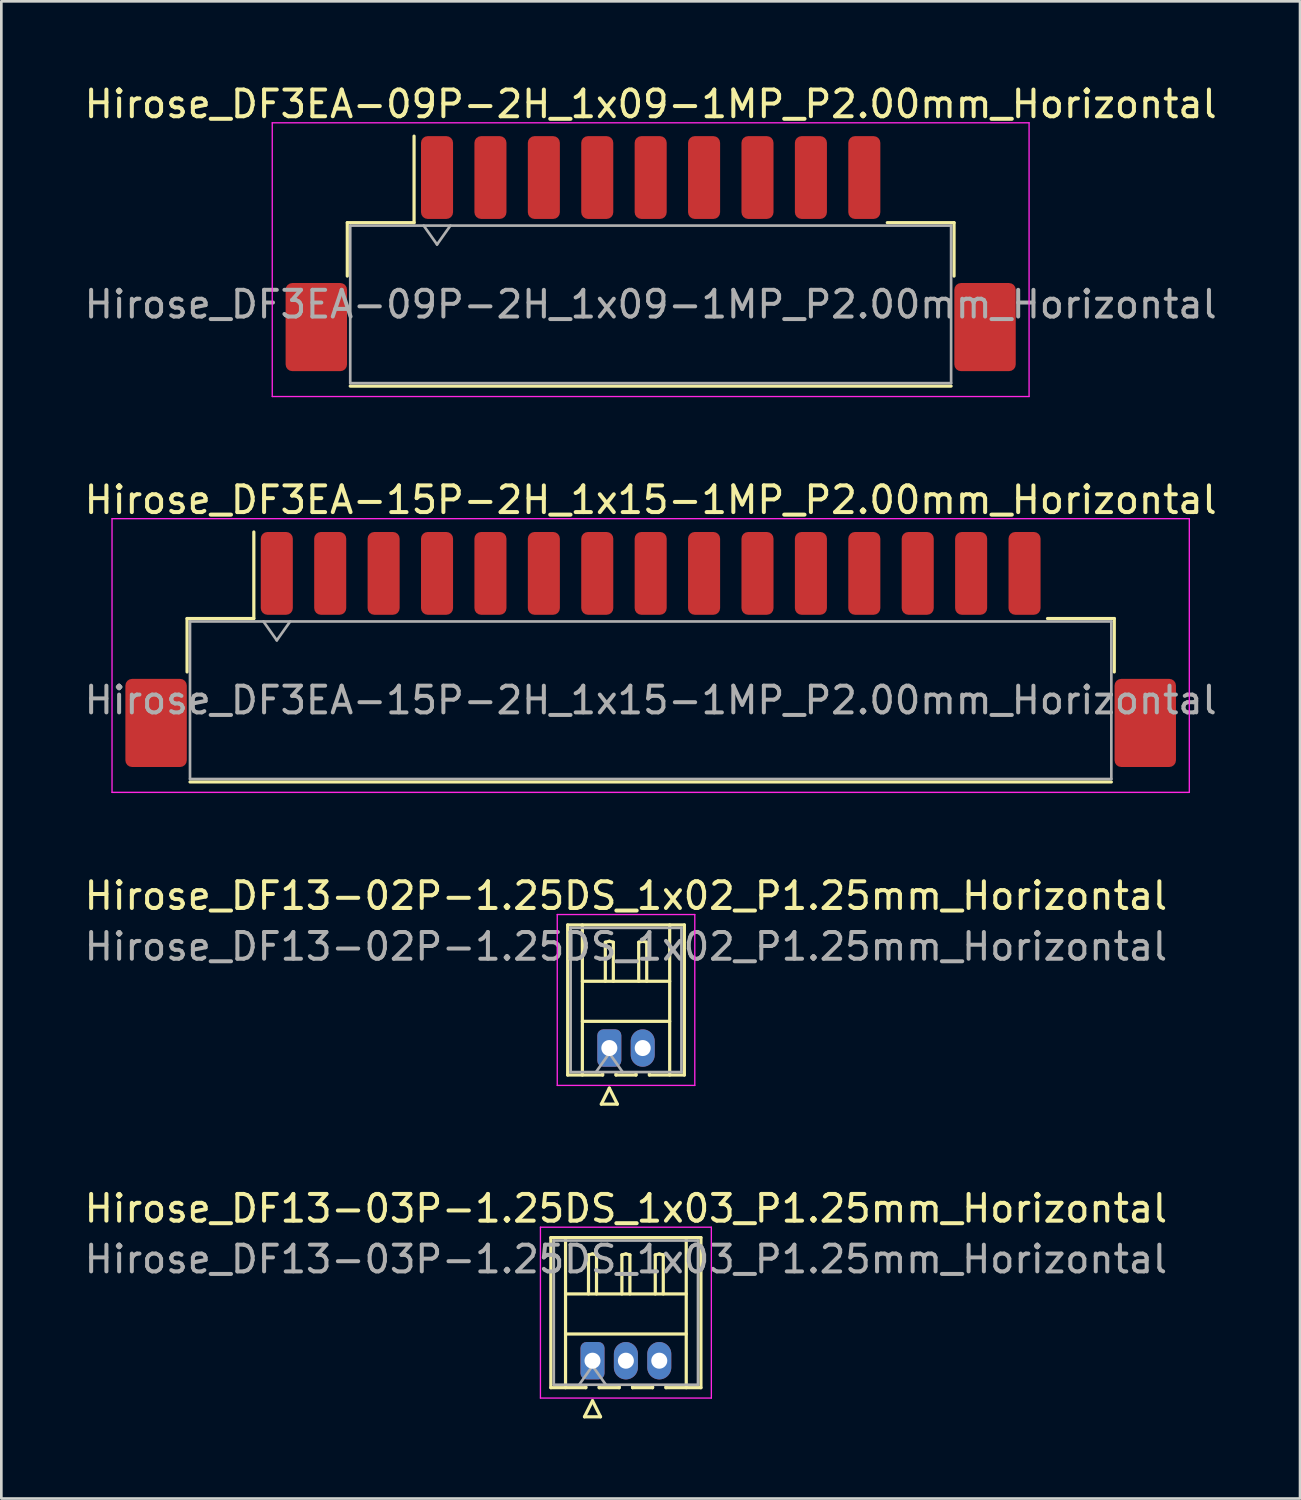
<source format=kicad_pcb>
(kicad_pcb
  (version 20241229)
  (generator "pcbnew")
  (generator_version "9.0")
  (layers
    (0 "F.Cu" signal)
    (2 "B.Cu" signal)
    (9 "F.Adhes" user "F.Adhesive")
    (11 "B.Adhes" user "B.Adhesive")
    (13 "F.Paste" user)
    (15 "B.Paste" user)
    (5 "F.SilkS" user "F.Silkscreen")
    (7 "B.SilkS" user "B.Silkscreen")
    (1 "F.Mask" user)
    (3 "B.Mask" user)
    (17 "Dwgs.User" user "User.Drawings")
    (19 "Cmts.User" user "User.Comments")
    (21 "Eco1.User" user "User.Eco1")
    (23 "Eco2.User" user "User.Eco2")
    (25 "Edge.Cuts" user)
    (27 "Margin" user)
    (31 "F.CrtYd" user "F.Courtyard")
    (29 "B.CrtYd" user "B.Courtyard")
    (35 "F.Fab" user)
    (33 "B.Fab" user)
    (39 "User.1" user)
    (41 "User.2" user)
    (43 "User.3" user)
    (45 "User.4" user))
  (footprint "Hirose_DF3EA-09P-2H_1x09-1MP_P2.00mm_Horizontal"
    (layer "F.Cu")
    (at 21.315 6.448)
    (property "Reference" "Hirose_DF3EA-09P-2H_1x09-1MP_P2.00mm_Horizontal" (at 0 -5.6 0) (layer "F.SilkS") (effects (font (size 1 1) (thickness 0.15))))
    (attr smd)
    (fp_line (start -11.36 -1.16) (end -8.86 -1.16) (stroke (width 0.12) (type solid)) (layer "F.SilkS"))
    (fp_line (start -11.36 0.84) (end -11.36 -1.16) (stroke (width 0.12) (type solid)) (layer "F.SilkS"))
    (fp_line (start -11.25 4.96) (end 11.25 4.96) (stroke (width 0.12) (type solid)) (layer "F.SilkS"))
    (fp_line (start -8.86 -1.16) (end -8.86 -4.4) (stroke (width 0.12) (type solid)) (layer "F.SilkS"))
    (fp_line (start 11.36 -1.16) (end 8.86 -1.16) (stroke (width 0.12) (type solid)) (layer "F.SilkS"))
    (fp_line (start 11.36 0.84) (end 11.36 -1.16) (stroke (width 0.12) (type solid)) (layer "F.SilkS"))
    (fp_line (start -14.17 -4.9) (end -14.17 5.35) (stroke (width 0.05) (type solid)) (layer "F.CrtYd"))
    (fp_line (start -14.17 5.35) (end 14.17 5.35) (stroke (width 0.05) (type solid)) (layer "F.CrtYd"))
    (fp_line (start 14.17 -4.9) (end -14.17 -4.9) (stroke (width 0.05) (type solid)) (layer "F.CrtYd"))
    (fp_line (start 14.17 5.35) (end 14.17 -4.9) (stroke (width 0.05) (type solid)) (layer "F.CrtYd"))
    (fp_line (start -11.25 -1.05) (end -11.25 4.85) (stroke (width 0.1) (type solid)) (layer "F.Fab"))
    (fp_line (start -11.25 -1.05) (end 11.25 -1.05) (stroke (width 0.1) (type solid)) (layer "F.Fab"))
    (fp_line (start -11.25 4.85) (end 11.25 4.85) (stroke (width 0.1) (type solid)) (layer "F.Fab"))
    (fp_line (start -8.5 -1.05) (end -8 -0.343) (stroke (width 0.1) (type solid)) (layer "F.Fab"))
    (fp_line (start -8 -0.343) (end -7.5 -1.05) (stroke (width 0.1) (type solid)) (layer "F.Fab"))
    (fp_line (start 11.25 -1.05) (end 11.25 4.85) (stroke (width 0.1) (type solid)) (layer "F.Fab"))
    (fp_text user "${REFERENCE}" (at 0 1.9 0) (layer "F.Fab") (effects (font (size 1 1) (thickness 0.15))))
    (pad "1" smd roundrect (at -8 -2.85) (size 1.2 3.1) (layers "F.Cu" "F.Mask" "F.Paste") (roundrect_rratio 0.208))
    (pad "2" smd roundrect (at -6 -2.85) (size 1.2 3.1) (layers "F.Cu" "F.Mask" "F.Paste") (roundrect_rratio 0.208))
    (pad "3" smd roundrect (at -4 -2.85) (size 1.2 3.1) (layers "F.Cu" "F.Mask" "F.Paste") (roundrect_rratio 0.208))
    (pad "4" smd roundrect (at -2 -2.85) (size 1.2 3.1) (layers "F.Cu" "F.Mask" "F.Paste") (roundrect_rratio 0.208))
    (pad "5" smd roundrect (at 0 -2.85) (size 1.2 3.1) (layers "F.Cu" "F.Mask" "F.Paste") (roundrect_rratio 0.208))
    (pad "6" smd roundrect (at 2 -2.85) (size 1.2 3.1) (layers "F.Cu" "F.Mask" "F.Paste") (roundrect_rratio 0.208))
    (pad "7" smd roundrect (at 4 -2.85) (size 1.2 3.1) (layers "F.Cu" "F.Mask" "F.Paste") (roundrect_rratio 0.208))
    (pad "8" smd roundrect (at 6 -2.85) (size 1.2 3.1) (layers "F.Cu" "F.Mask" "F.Paste") (roundrect_rratio 0.208))
    (pad "9" smd roundrect (at 8 -2.85) (size 1.2 3.1) (layers "F.Cu" "F.Mask" "F.Paste") (roundrect_rratio 0.208))
    (pad "MP" smd roundrect (at -12.52 2.75) (size 2.3 3.3) (layers "F.Cu" "F.Mask" "F.Paste") (roundrect_rratio 0.109))
    (pad "MP" smd roundrect (at 12.52 2.75) (size 2.3 3.3) (layers "F.Cu" "F.Mask" "F.Paste") (roundrect_rratio 0.109)))
  (footprint "Hirose_DF13-02P-1.25DS_1x02_P1.25mm_Horizontal"
    (layer "F.Cu")
    (at 19.767 36.195)
    (property "Reference" "Hirose_DF13-02P-1.25DS_1x02_P1.25mm_Horizontal" (at 0.62 -5.7 0) (layer "F.SilkS") (effects (font (size 1 1) (thickness 0.15))))
    (attr through_hole)
    (fp_line (start -1.56 -4.61) (end 2.81 -4.61) (stroke (width 0.12) (type solid)) (layer "F.SilkS"))
    (fp_line (start -1.56 1.01) (end -1.56 -4.61) (stroke (width 0.12) (type solid)) (layer "F.SilkS"))
    (fp_line (start -1.01 -4.61) (end -1.01 1.01) (stroke (width 0.12) (type solid)) (layer "F.SilkS"))
    (fp_line (start -1.01 -2.5) (end 2.26 -2.5) (stroke (width 0.12) (type solid)) (layer "F.SilkS"))
    (fp_line (start -1.01 -1) (end 2.26 -1) (stroke (width 0.12) (type solid)) (layer "F.SilkS"))
    (fp_line (start -0.3 2.1) (end 0.3 2.1) (stroke (width 0.12) (type solid)) (layer "F.SilkS"))
    (fp_line (start -0.25 0.96) (end -0.25 1.01) (stroke (width 0.12) (type solid)) (layer "F.SilkS"))
    (fp_line (start -0.25 1.01) (end -1.56 1.01) (stroke (width 0.12) (type solid)) (layer "F.SilkS"))
    (fp_line (start -0.15 -3.962) (end 0 -4) (stroke (width 0.12) (type solid)) (layer "F.SilkS"))
    (fp_line (start -0.15 -2.5) (end -0.15 -3.962) (stroke (width 0.12) (type solid)) (layer "F.SilkS"))
    (fp_line (start 0 -4) (end 0.15 -3.962) (stroke (width 0.12) (type solid)) (layer "F.SilkS"))
    (fp_line (start 0 1.5) (end -0.3 2.1) (stroke (width 0.12) (type solid)) (layer "F.SilkS"))
    (fp_line (start 0.15 -3.962) (end 0.15 -2.5) (stroke (width 0.12) (type solid)) (layer "F.SilkS"))
    (fp_line (start 0.25 0.96) (end 0.25 1.01) (stroke (width 0.12) (type solid)) (layer "F.SilkS"))
    (fp_line (start 0.25 1.01) (end 1 1.01) (stroke (width 0.12) (type solid)) (layer "F.SilkS"))
    (fp_line (start 0.3 2.1) (end 0 1.5) (stroke (width 0.12) (type solid)) (layer "F.SilkS"))
    (fp_line (start 1 1.01) (end 1 0.96) (stroke (width 0.12) (type solid)) (layer "F.SilkS"))
    (fp_line (start 1.1 -3.962) (end 1.25 -4) (stroke (width 0.12) (type solid)) (layer "F.SilkS"))
    (fp_line (start 1.1 -2.5) (end 1.1 -3.962) (stroke (width 0.12) (type solid)) (layer "F.SilkS"))
    (fp_line (start 1.25 -4) (end 1.4 -3.962) (stroke (width 0.12) (type solid)) (layer "F.SilkS"))
    (fp_line (start 1.4 -3.962) (end 1.4 -2.5) (stroke (width 0.12) (type solid)) (layer "F.SilkS"))
    (fp_line (start 1.5 1.01) (end 1.5 0.96) (stroke (width 0.12) (type solid)) (layer "F.SilkS"))
    (fp_line (start 2.26 -4.61) (end 2.26 1.01) (stroke (width 0.12) (type solid)) (layer "F.SilkS"))
    (fp_line (start 2.81 -4.61) (end 2.81 1.01) (stroke (width 0.12) (type solid)) (layer "F.SilkS"))
    (fp_line (start 2.81 1.01) (end 1.5 1.01) (stroke (width 0.12) (type solid)) (layer "F.SilkS"))
    (fp_line (start -1.95 -5) (end -1.95 1.4) (stroke (width 0.05) (type solid)) (layer "F.CrtYd"))
    (fp_line (start -1.95 1.4) (end 3.2 1.4) (stroke (width 0.05) (type solid)) (layer "F.CrtYd"))
    (fp_line (start 3.2 -5) (end -1.95 -5) (stroke (width 0.05) (type solid)) (layer "F.CrtYd"))
    (fp_line (start 3.2 1.4) (end 3.2 -5) (stroke (width 0.05) (type solid)) (layer "F.CrtYd"))
    (fp_line (start -1.45 -4.5) (end -1.45 0.9) (stroke (width 0.1) (type solid)) (layer "F.Fab"))
    (fp_line (start -1.45 0.9) (end 2.7 0.9) (stroke (width 0.1) (type solid)) (layer "F.Fab"))
    (fp_line (start -0.5 0.9) (end 0 0.193) (stroke (width 0.1) (type solid)) (layer "F.Fab"))
    (fp_line (start 0 0.193) (end 0.5 0.9) (stroke (width 0.1) (type solid)) (layer "F.Fab"))
    (fp_line (start 2.7 -4.5) (end -1.45 -4.5) (stroke (width 0.1) (type solid)) (layer "F.Fab"))
    (fp_line (start 2.7 0.9) (end 2.7 -4.5) (stroke (width 0.1) (type solid)) (layer "F.Fab"))
    (fp_text user "${REFERENCE}" (at 0.62 -3.8 0) (layer "F.Fab") (effects (font (size 1 1) (thickness 0.15))))
    (pad "1" thru_hole roundrect (at 0 0) (size 0.9 1.4) (drill 0.6) (layers "*.Cu" "*.Mask") (roundrect_rratio 0.25))
    (pad "2" thru_hole oval (at 1.25 0) (size 0.9 1.4) (drill 0.6) (layers "*.Cu" "*.Mask")))
  (footprint "Hirose_DF13-03P-1.25DS_1x03_P1.25mm_Horizontal"
    (layer "F.Cu")
    (at 19.137 47.903)
    (property "Reference" "Hirose_DF13-03P-1.25DS_1x03_P1.25mm_Horizontal" (at 1.25 -5.7 0) (layer "F.SilkS") (effects (font (size 1 1) (thickness 0.15))))
    (attr through_hole)
    (fp_line (start -1.56 -4.61) (end 4.06 -4.61) (stroke (width 0.12) (type solid)) (layer "F.SilkS"))
    (fp_line (start -1.56 1.01) (end -1.56 -4.61) (stroke (width 0.12) (type solid)) (layer "F.SilkS"))
    (fp_line (start -1.01 -4.61) (end -1.01 1.01) (stroke (width 0.12) (type solid)) (layer "F.SilkS"))
    (fp_line (start -1.01 -2.5) (end 3.51 -2.5) (stroke (width 0.12) (type solid)) (layer "F.SilkS"))
    (fp_line (start -1.01 -1) (end 3.51 -1) (stroke (width 0.12) (type solid)) (layer "F.SilkS"))
    (fp_line (start -0.3 2.1) (end 0.3 2.1) (stroke (width 0.12) (type solid)) (layer "F.SilkS"))
    (fp_line (start -0.25 0.96) (end -0.25 1.01) (stroke (width 0.12) (type solid)) (layer "F.SilkS"))
    (fp_line (start -0.25 1.01) (end -1.56 1.01) (stroke (width 0.12) (type solid)) (layer "F.SilkS"))
    (fp_line (start -0.15 -3.962) (end 0 -4) (stroke (width 0.12) (type solid)) (layer "F.SilkS"))
    (fp_line (start -0.15 -2.5) (end -0.15 -3.962) (stroke (width 0.12) (type solid)) (layer "F.SilkS"))
    (fp_line (start 0 -4) (end 0.15 -3.962) (stroke (width 0.12) (type solid)) (layer "F.SilkS"))
    (fp_line (start 0 1.5) (end -0.3 2.1) (stroke (width 0.12) (type solid)) (layer "F.SilkS"))
    (fp_line (start 0.15 -3.962) (end 0.15 -2.5) (stroke (width 0.12) (type solid)) (layer "F.SilkS"))
    (fp_line (start 0.25 0.96) (end 0.25 1.01) (stroke (width 0.12) (type solid)) (layer "F.SilkS"))
    (fp_line (start 0.25 1.01) (end 1 1.01) (stroke (width 0.12) (type solid)) (layer "F.SilkS"))
    (fp_line (start 0.3 2.1) (end 0 1.5) (stroke (width 0.12) (type solid)) (layer "F.SilkS"))
    (fp_line (start 1 1.01) (end 1 0.96) (stroke (width 0.12) (type solid)) (layer "F.SilkS"))
    (fp_line (start 1.1 -3.962) (end 1.25 -4) (stroke (width 0.12) (type solid)) (layer "F.SilkS"))
    (fp_line (start 1.1 -2.5) (end 1.1 -3.962) (stroke (width 0.12) (type solid)) (layer "F.SilkS"))
    (fp_line (start 1.25 -4) (end 1.4 -3.962) (stroke (width 0.12) (type solid)) (layer "F.SilkS"))
    (fp_line (start 1.4 -3.962) (end 1.4 -2.5) (stroke (width 0.12) (type solid)) (layer "F.SilkS"))
    (fp_line (start 1.5 0.96) (end 1.5 1.01) (stroke (width 0.12) (type solid)) (layer "F.SilkS"))
    (fp_line (start 1.5 1.01) (end 2.25 1.01) (stroke (width 0.12) (type solid)) (layer "F.SilkS"))
    (fp_line (start 2.25 1.01) (end 2.25 0.96) (stroke (width 0.12) (type solid)) (layer "F.SilkS"))
    (fp_line (start 2.35 -3.962) (end 2.5 -4) (stroke (width 0.12) (type solid)) (layer "F.SilkS"))
    (fp_line (start 2.35 -2.5) (end 2.35 -3.962) (stroke (width 0.12) (type solid)) (layer "F.SilkS"))
    (fp_line (start 2.5 -4) (end 2.65 -3.962) (stroke (width 0.12) (type solid)) (layer "F.SilkS"))
    (fp_line (start 2.65 -3.962) (end 2.65 -2.5) (stroke (width 0.12) (type solid)) (layer "F.SilkS"))
    (fp_line (start 2.75 1.01) (end 2.75 0.96) (stroke (width 0.12) (type solid)) (layer "F.SilkS"))
    (fp_line (start 3.51 -4.61) (end 3.51 1.01) (stroke (width 0.12) (type solid)) (layer "F.SilkS"))
    (fp_line (start 4.06 -4.61) (end 4.06 1.01) (stroke (width 0.12) (type solid)) (layer "F.SilkS"))
    (fp_line (start 4.06 1.01) (end 2.75 1.01) (stroke (width 0.12) (type solid)) (layer "F.SilkS"))
    (fp_line (start -1.95 -5) (end -1.95 1.4) (stroke (width 0.05) (type solid)) (layer "F.CrtYd"))
    (fp_line (start -1.95 1.4) (end 4.45 1.4) (stroke (width 0.05) (type solid)) (layer "F.CrtYd"))
    (fp_line (start 4.45 -5) (end -1.95 -5) (stroke (width 0.05) (type solid)) (layer "F.CrtYd"))
    (fp_line (start 4.45 1.4) (end 4.45 -5) (stroke (width 0.05) (type solid)) (layer "F.CrtYd"))
    (fp_line (start -1.45 -4.5) (end -1.45 0.9) (stroke (width 0.1) (type solid)) (layer "F.Fab"))
    (fp_line (start -1.45 0.9) (end 3.95 0.9) (stroke (width 0.1) (type solid)) (layer "F.Fab"))
    (fp_line (start -0.5 0.9) (end 0 0.193) (stroke (width 0.1) (type solid)) (layer "F.Fab"))
    (fp_line (start 0 0.193) (end 0.5 0.9) (stroke (width 0.1) (type solid)) (layer "F.Fab"))
    (fp_line (start 3.95 -4.5) (end -1.45 -4.5) (stroke (width 0.1) (type solid)) (layer "F.Fab"))
    (fp_line (start 3.95 0.9) (end 3.95 -4.5) (stroke (width 0.1) (type solid)) (layer "F.Fab"))
    (fp_text user "${REFERENCE}" (at 1.25 -3.8 0) (layer "F.Fab") (effects (font (size 1 1) (thickness 0.15))))
    (pad "1" thru_hole roundrect (at 0 0) (size 0.9 1.4) (drill 0.6) (layers "*.Cu" "*.Mask") (roundrect_rratio 0.25))
    (pad "2" thru_hole oval (at 1.25 0) (size 0.9 1.4) (drill 0.6) (layers "*.Cu" "*.Mask"))
    (pad "3" thru_hole oval (at 2.5 0) (size 0.9 1.4) (drill 0.6) (layers "*.Cu" "*.Mask")))
  (footprint "Hirose_DF3EA-15P-2H_1x15-1MP_P2.00mm_Horizontal"
    (layer "F.Cu")
    (at 21.315 21.271)
    (property "Reference" "Hirose_DF3EA-15P-2H_1x15-1MP_P2.00mm_Horizontal" (at 0 -5.6 0) (layer "F.SilkS") (effects (font (size 1 1) (thickness 0.15))))
    (attr smd)
    (fp_line (start -17.36 -1.16) (end -14.86 -1.16) (stroke (width 0.12) (type solid)) (layer "F.SilkS"))
    (fp_line (start -17.36 0.84) (end -17.36 -1.16) (stroke (width 0.12) (type solid)) (layer "F.SilkS"))
    (fp_line (start -17.25 4.96) (end 17.25 4.96) (stroke (width 0.12) (type solid)) (layer "F.SilkS"))
    (fp_line (start -14.86 -1.16) (end -14.86 -4.4) (stroke (width 0.12) (type solid)) (layer "F.SilkS"))
    (fp_line (start 17.36 -1.16) (end 14.86 -1.16) (stroke (width 0.12) (type solid)) (layer "F.SilkS"))
    (fp_line (start 17.36 0.84) (end 17.36 -1.16) (stroke (width 0.12) (type solid)) (layer "F.SilkS"))
    (fp_line (start -20.17 -4.9) (end -20.17 5.35) (stroke (width 0.05) (type solid)) (layer "F.CrtYd"))
    (fp_line (start -20.17 5.35) (end 20.17 5.35) (stroke (width 0.05) (type solid)) (layer "F.CrtYd"))
    (fp_line (start 20.17 -4.9) (end -20.17 -4.9) (stroke (width 0.05) (type solid)) (layer "F.CrtYd"))
    (fp_line (start 20.17 5.35) (end 20.17 -4.9) (stroke (width 0.05) (type solid)) (layer "F.CrtYd"))
    (fp_line (start -17.25 -1.05) (end -17.25 4.85) (stroke (width 0.1) (type solid)) (layer "F.Fab"))
    (fp_line (start -17.25 -1.05) (end 17.25 -1.05) (stroke (width 0.1) (type solid)) (layer "F.Fab"))
    (fp_line (start -17.25 4.85) (end 17.25 4.85) (stroke (width 0.1) (type solid)) (layer "F.Fab"))
    (fp_line (start -14.5 -1.05) (end -14 -0.343) (stroke (width 0.1) (type solid)) (layer "F.Fab"))
    (fp_line (start -14 -0.343) (end -13.5 -1.05) (stroke (width 0.1) (type solid)) (layer "F.Fab"))
    (fp_line (start 17.25 -1.05) (end 17.25 4.85) (stroke (width 0.1) (type solid)) (layer "F.Fab"))
    (fp_text user "${REFERENCE}" (at 0 1.9 0) (layer "F.Fab") (effects (font (size 1 1) (thickness 0.15))))
    (pad "1" smd roundrect (at -14 -2.85) (size 1.2 3.1) (layers "F.Cu" "F.Mask" "F.Paste") (roundrect_rratio 0.208))
    (pad "2" smd roundrect (at -12 -2.85) (size 1.2 3.1) (layers "F.Cu" "F.Mask" "F.Paste") (roundrect_rratio 0.208))
    (pad "3" smd roundrect (at -10 -2.85) (size 1.2 3.1) (layers "F.Cu" "F.Mask" "F.Paste") (roundrect_rratio 0.208))
    (pad "4" smd roundrect (at -8 -2.85) (size 1.2 3.1) (layers "F.Cu" "F.Mask" "F.Paste") (roundrect_rratio 0.208))
    (pad "5" smd roundrect (at -6 -2.85) (size 1.2 3.1) (layers "F.Cu" "F.Mask" "F.Paste") (roundrect_rratio 0.208))
    (pad "6" smd roundrect (at -4 -2.85) (size 1.2 3.1) (layers "F.Cu" "F.Mask" "F.Paste") (roundrect_rratio 0.208))
    (pad "7" smd roundrect (at -2 -2.85) (size 1.2 3.1) (layers "F.Cu" "F.Mask" "F.Paste") (roundrect_rratio 0.208))
    (pad "8" smd roundrect (at 0 -2.85) (size 1.2 3.1) (layers "F.Cu" "F.Mask" "F.Paste") (roundrect_rratio 0.208))
    (pad "9" smd roundrect (at 2 -2.85) (size 1.2 3.1) (layers "F.Cu" "F.Mask" "F.Paste") (roundrect_rratio 0.208))
    (pad "10" smd roundrect (at 4 -2.85) (size 1.2 3.1) (layers "F.Cu" "F.Mask" "F.Paste") (roundrect_rratio 0.208))
    (pad "11" smd roundrect (at 6 -2.85) (size 1.2 3.1) (layers "F.Cu" "F.Mask" "F.Paste") (roundrect_rratio 0.208))
    (pad "12" smd roundrect (at 8 -2.85) (size 1.2 3.1) (layers "F.Cu" "F.Mask" "F.Paste") (roundrect_rratio 0.208))
    (pad "13" smd roundrect (at 10 -2.85) (size 1.2 3.1) (layers "F.Cu" "F.Mask" "F.Paste") (roundrect_rratio 0.208))
    (pad "14" smd roundrect (at 12 -2.85) (size 1.2 3.1) (layers "F.Cu" "F.Mask" "F.Paste") (roundrect_rratio 0.208))
    (pad "15" smd roundrect (at 14 -2.85) (size 1.2 3.1) (layers "F.Cu" "F.Mask" "F.Paste") (roundrect_rratio 0.208))
    (pad "MP" smd roundrect (at -18.52 2.75) (size 2.3 3.3) (layers "F.Cu" "F.Mask" "F.Paste") (roundrect_rratio 0.109))
    (pad "MP" smd roundrect (at 18.52 2.75) (size 2.3 3.3) (layers "F.Cu" "F.Mask" "F.Paste") (roundrect_rratio 0.109)))
  (gr_rect
    (start -3 -3)
    (end 45.631 53.063)
    (stroke (width 0.1) (type default))
    (fill no)
    (layer "Edge.Cuts")))
</source>
